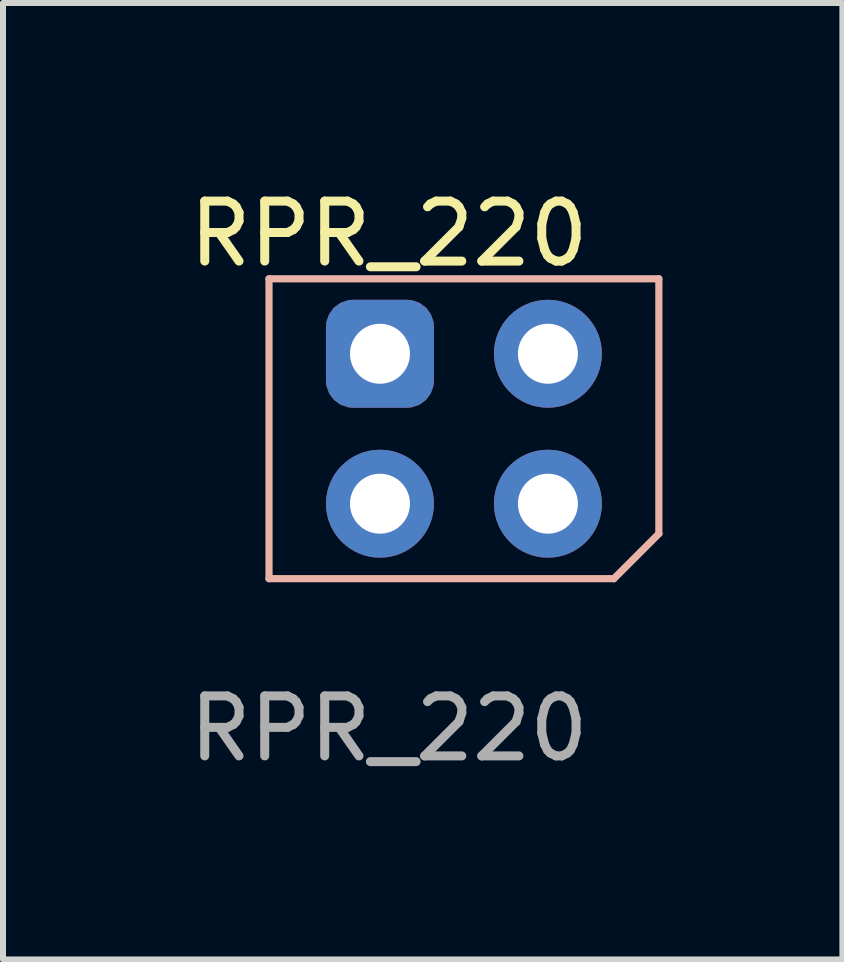
<source format=kicad_pcb>
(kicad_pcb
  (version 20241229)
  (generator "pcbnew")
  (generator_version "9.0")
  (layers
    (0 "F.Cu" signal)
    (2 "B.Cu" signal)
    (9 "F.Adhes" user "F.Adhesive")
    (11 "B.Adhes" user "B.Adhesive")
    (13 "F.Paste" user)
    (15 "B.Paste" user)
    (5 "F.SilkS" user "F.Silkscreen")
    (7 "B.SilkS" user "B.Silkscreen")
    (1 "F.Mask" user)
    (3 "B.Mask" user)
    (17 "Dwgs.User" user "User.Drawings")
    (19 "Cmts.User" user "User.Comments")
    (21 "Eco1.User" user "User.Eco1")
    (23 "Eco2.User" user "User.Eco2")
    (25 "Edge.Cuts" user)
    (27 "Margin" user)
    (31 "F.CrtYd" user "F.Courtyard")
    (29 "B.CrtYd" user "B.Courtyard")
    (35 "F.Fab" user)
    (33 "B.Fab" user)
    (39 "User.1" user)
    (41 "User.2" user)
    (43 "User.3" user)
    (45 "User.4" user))
  (footprint "RPR_220"
    (layer "F.Cu")
    (at 4.685 4.098)
    (property "Reference" "RPR_220" (at -1.25 -3.25 0) (unlocked yes) (layer "F.SilkS") (effects (font (size 1 1) (thickness 0.15))))
    (attr through_hole)
    (fp_line (start -3.25 -2.5) (end -3.25 2.5) (stroke (width 0.12) (type solid)) (layer "B.SilkS"))
    (fp_line (start -3.25 -2.5) (end 3.25 -2.5) (stroke (width 0.12) (type solid)) (layer "B.SilkS"))
    (fp_line (start -3.25 2.5) (end 2.5 2.5) (stroke (width 0.12) (type solid)) (layer "B.SilkS"))
    (fp_line (start 2.5 2.5) (end 3.25 1.75) (stroke (width 0.12) (type solid)) (layer "B.SilkS"))
    (fp_line (start 3.25 1.75) (end 3.25 -2.5) (stroke (width 0.12) (type solid)) (layer "B.SilkS"))
    (fp_text user "${REFERENCE}" (at -1.25 5 0) (unlocked yes) (layer "F.Fab") (effects (font (size 1 1) (thickness 0.15))))
    (pad "1" thru_hole roundrect (at -1.4 -1.25) (size 1.8 1.8) (drill 1) (layers "*.Cu" "*.Mask") (roundrect_rratio 0.25))
    (pad "2" thru_hole circle (at -1.4 1.25) (size 1.8 1.8) (drill 1) (layers "*.Cu" "*.Mask"))
    (pad "3" thru_hole circle (at 1.4 1.25) (size 1.8 1.8) (drill 1) (layers "*.Cu" "*.Mask"))
    (pad "4" thru_hole circle (at 1.4 -1.25) (size 1.8 1.8) (drill 1) (layers "*.Cu" "*.Mask")))
  (gr_rect
    (start -3 -3)
    (end 10.995 12.947)
    (stroke (width 0.1) (type default))
    (fill no)
    (layer "Edge.Cuts")))
</source>
